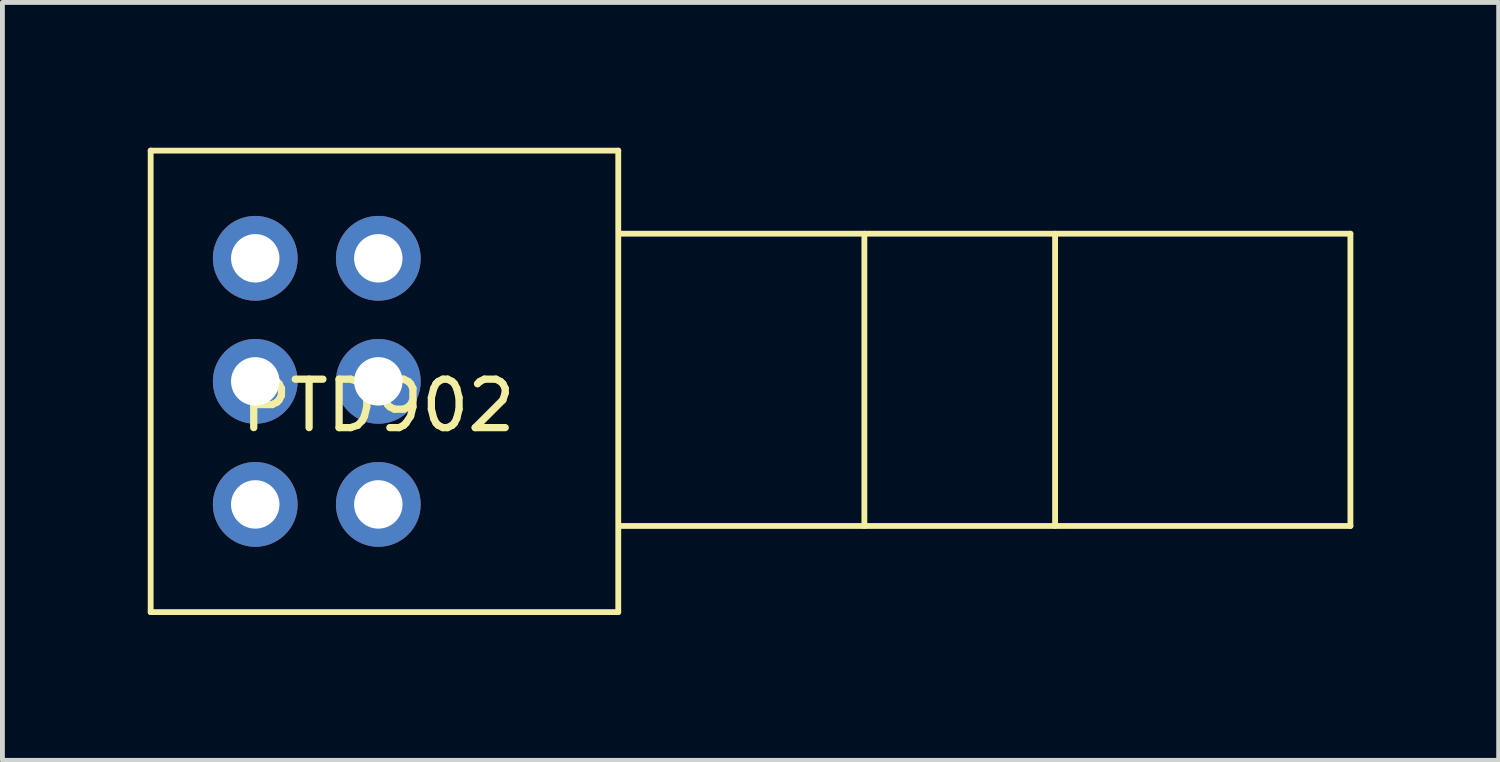
<source format=kicad_pcb>
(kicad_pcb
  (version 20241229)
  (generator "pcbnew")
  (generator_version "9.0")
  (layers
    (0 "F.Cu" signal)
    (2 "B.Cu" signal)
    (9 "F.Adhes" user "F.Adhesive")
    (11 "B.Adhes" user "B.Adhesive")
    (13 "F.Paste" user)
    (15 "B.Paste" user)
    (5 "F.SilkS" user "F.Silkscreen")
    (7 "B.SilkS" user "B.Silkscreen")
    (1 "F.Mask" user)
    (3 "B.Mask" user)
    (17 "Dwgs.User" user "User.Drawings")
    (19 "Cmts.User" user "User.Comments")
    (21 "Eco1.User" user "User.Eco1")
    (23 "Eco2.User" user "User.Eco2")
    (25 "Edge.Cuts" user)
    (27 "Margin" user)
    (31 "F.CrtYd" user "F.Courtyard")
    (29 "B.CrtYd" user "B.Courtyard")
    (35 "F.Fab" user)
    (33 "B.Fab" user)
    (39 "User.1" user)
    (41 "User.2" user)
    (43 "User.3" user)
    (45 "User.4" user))
  (footprint "PTD902"
    (layer "F.Cu")
    (at 4.759 4.822)
    (property "Reference" "PTD902" (at 0 0.5 0) (layer "F.SilkS") (effects (font (size 1 1) (thickness 0.15))))
    (attr through_hole)
    (fp_line (start -4.699 -4.763) (end 4.953 -4.763) (stroke (width 0.12) (type solid)) (layer "F.SilkS"))
    (fp_line (start -4.699 4.763) (end -4.699 -4.763) (stroke (width 0.12) (type solid)) (layer "F.SilkS"))
    (fp_line (start 4.953 -4.763) (end 4.953 4.763) (stroke (width 0.12) (type solid)) (layer "F.SilkS"))
    (fp_line (start 4.953 4.763) (end -4.699 4.763) (stroke (width 0.12) (type solid)) (layer "F.SilkS"))
    (fp_line (start 5.016 -3.048) (end 20.066 -3.048) (stroke (width 0.12) (type solid)) (layer "F.SilkS"))
    (fp_line (start 10.033 -3.048) (end 10.033 2.985) (stroke (width 0.12) (type solid)) (layer "F.SilkS"))
    (fp_line (start 13.97 -3.048) (end 13.97 2.985) (stroke (width 0.12) (type solid)) (layer "F.SilkS"))
    (fp_line (start 20.066 -3.048) (end 20.066 2.985) (stroke (width 0.12) (type solid)) (layer "F.SilkS"))
    (fp_line (start 20.066 2.985) (end 5.016 2.985) (stroke (width 0.12) (type solid)) (layer "F.SilkS"))
    (pad "1" thru_hole circle (at 0 2.54) (size 1.75 1.75) (drill 1) (layers "*.Cu" "*.Mask"))
    (pad "2" thru_hole circle (at 0 0) (size 1.75 1.75) (drill 1) (layers "*.Cu" "*.Mask"))
    (pad "3" thru_hole circle (at 0 -2.54) (size 1.75 1.75) (drill 1) (layers "*.Cu" "*.Mask"))
    (pad "4" thru_hole circle (at -2.54 2.54) (size 1.75 1.75) (drill 1) (layers "*.Cu" "*.Mask"))
    (pad "5" thru_hole circle (at -2.54 0) (size 1.75 1.75) (drill 1) (layers "*.Cu" "*.Mask"))
    (pad "6" thru_hole circle (at -2.54 -2.54) (size 1.75 1.75) (drill 1) (layers "*.Cu" "*.Mask")))
  (gr_rect
    (start -3 -3)
    (end 27.885 12.645)
    (stroke (width 0.1) (type default))
    (fill no)
    (layer "Edge.Cuts")))
</source>
